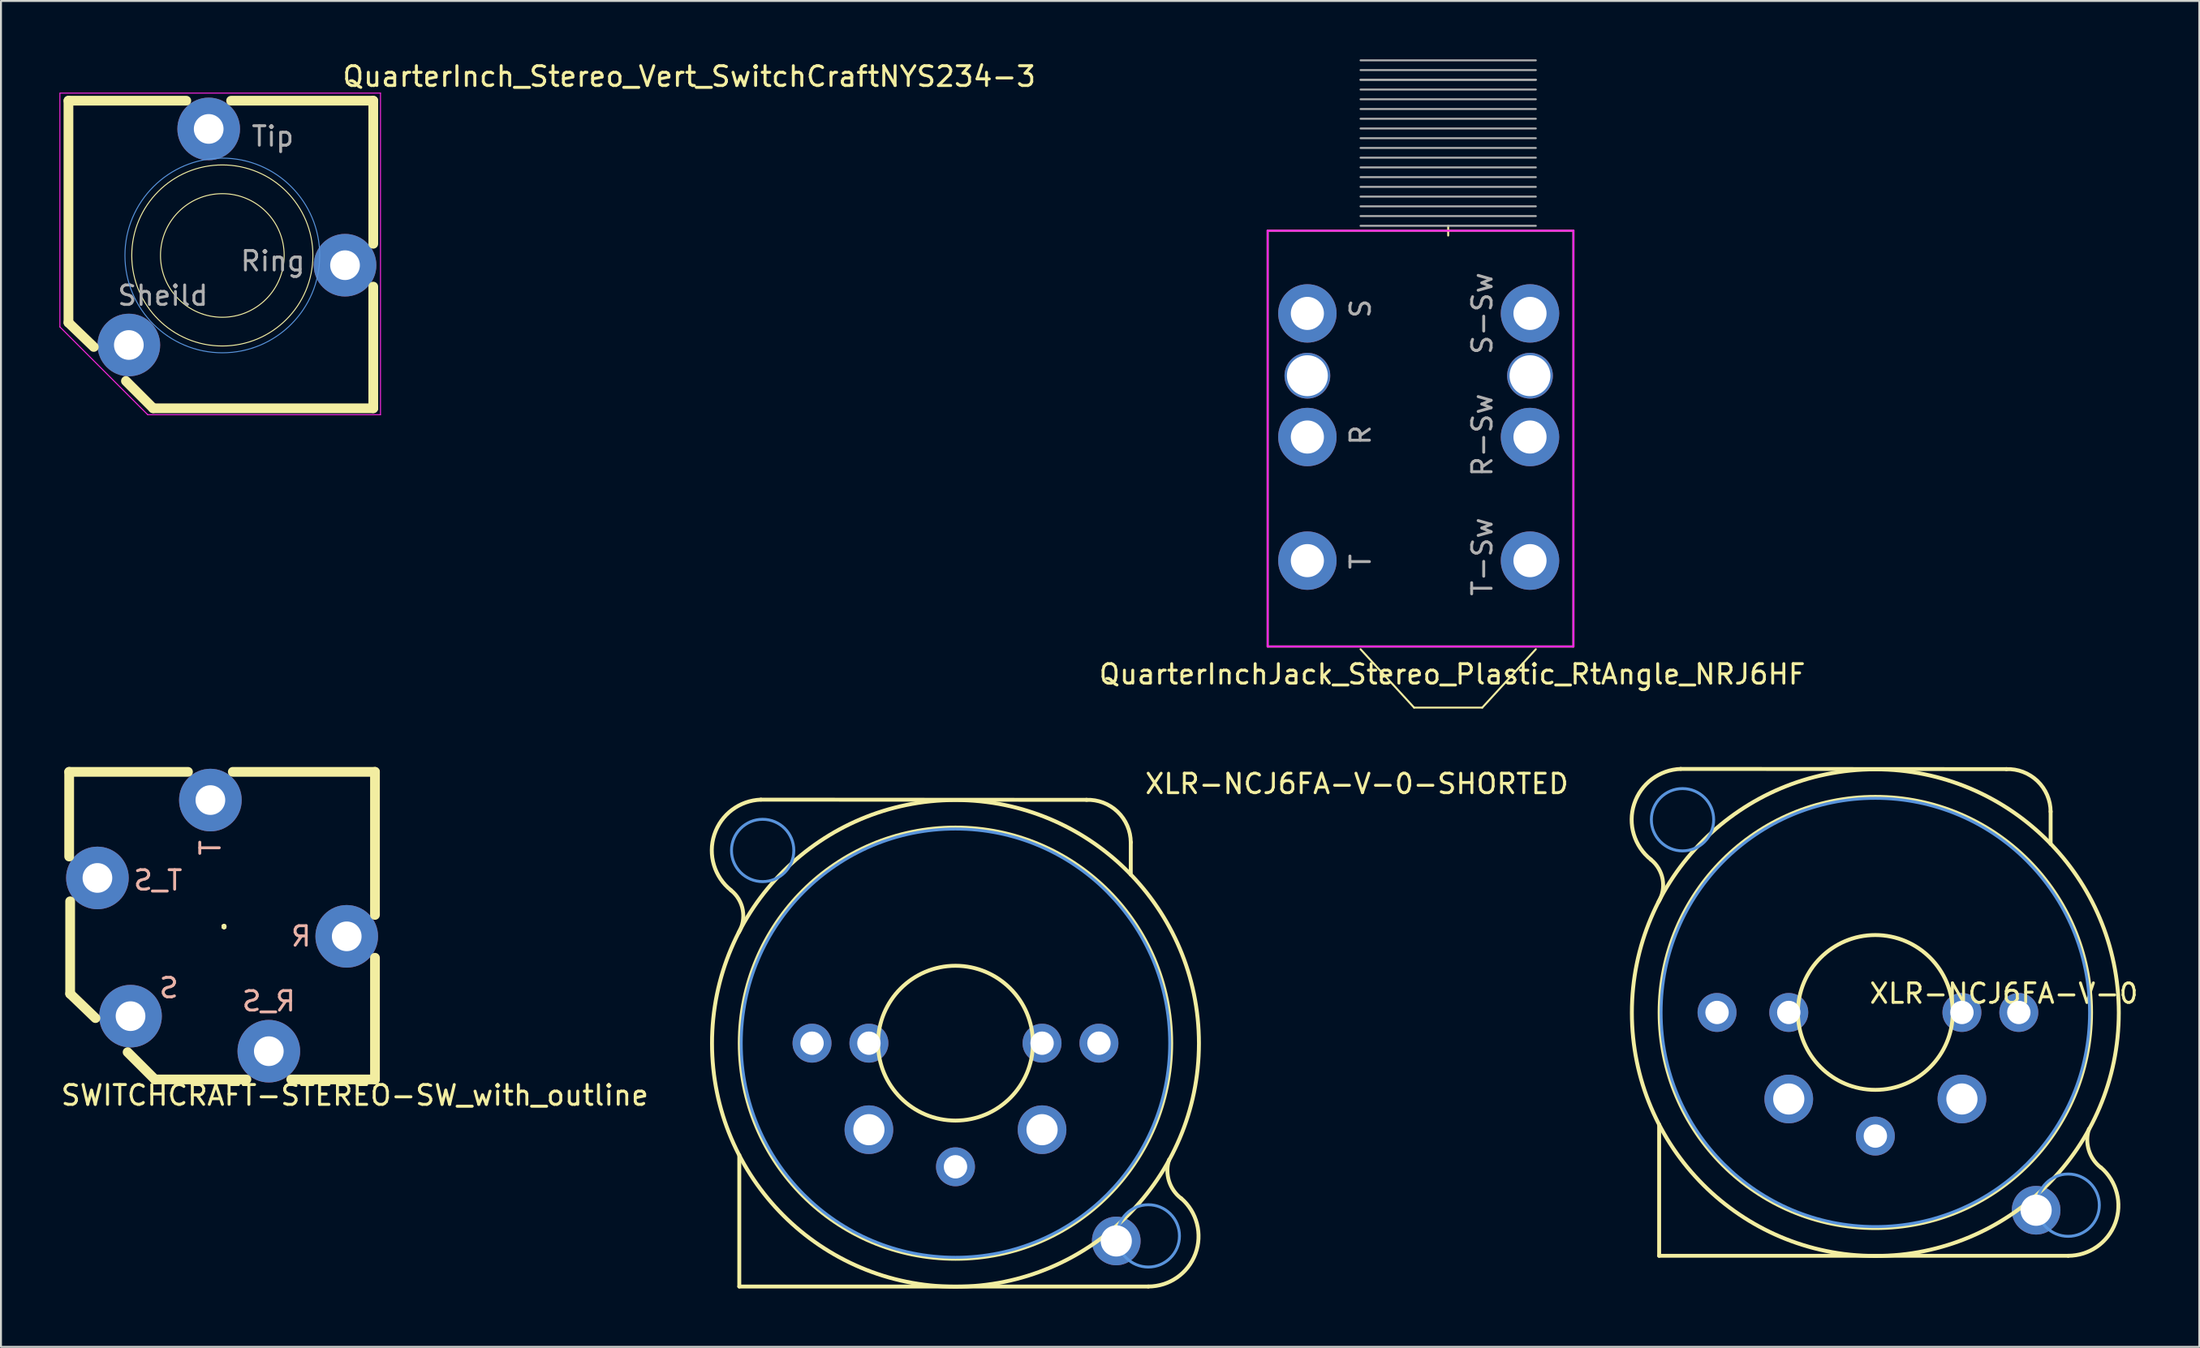
<source format=kicad_pcb>
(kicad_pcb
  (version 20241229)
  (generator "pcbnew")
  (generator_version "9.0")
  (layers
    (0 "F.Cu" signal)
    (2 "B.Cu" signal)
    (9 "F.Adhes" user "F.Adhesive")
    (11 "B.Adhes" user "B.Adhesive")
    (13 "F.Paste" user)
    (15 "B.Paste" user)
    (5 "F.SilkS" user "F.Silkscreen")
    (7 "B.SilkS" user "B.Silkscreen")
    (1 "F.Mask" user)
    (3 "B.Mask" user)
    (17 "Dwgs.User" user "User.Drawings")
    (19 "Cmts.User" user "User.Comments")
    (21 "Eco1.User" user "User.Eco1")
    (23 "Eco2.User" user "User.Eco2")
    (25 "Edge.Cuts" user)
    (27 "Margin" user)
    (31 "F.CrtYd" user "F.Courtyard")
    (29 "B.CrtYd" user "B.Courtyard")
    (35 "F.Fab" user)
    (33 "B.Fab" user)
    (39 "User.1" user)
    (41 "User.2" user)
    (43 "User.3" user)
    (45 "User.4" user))
  (footprint "QuarterInchJack_Stereo_Plastic_RtAngle_NRJ6HF"
    (layer "F.Cu")
    (at 71.303 8.8)
    (property "Reference" "QuarterInchJack_Stereo_Plastic_RtAngle_NRJ6HF" (at 0.21 22.787 0) (layer "F.SilkS") (effects (font (size 1 1) (thickness 0.15))))
    (attr through_hole)
    (fp_line (start -9.269 0) (end -9.269 21.36) (stroke (width 0.1) (type solid)) (layer "F.SilkS"))
    (fp_line (start -9.269 0) (end 6.431 0) (stroke (width 0.1) (type solid)) (layer "F.SilkS"))
    (fp_line (start -9.269 21.36) (end 6.431 21.36) (stroke (width 0.1) (type solid)) (layer "F.SilkS"))
    (fp_line (start -4.499 21.5) (end -1.749 24.5) (stroke (width 0.1) (type solid)) (layer "F.SilkS"))
    (fp_line (start 0.001 0.25) (end 0.001 -0.25) (stroke (width 0.1) (type solid)) (layer "F.SilkS"))
    (fp_line (start 1.751 24.5) (end -1.749 24.5) (stroke (width 0.1) (type solid)) (layer "F.SilkS"))
    (fp_line (start 4.501 21.5) (end 1.751 24.5) (stroke (width 0.1) (type solid)) (layer "F.SilkS"))
    (fp_line (start 6.431 0) (end 6.431 21.36) (stroke (width 0.1) (type solid)) (layer "F.SilkS"))
    (fp_line (start -9.269 0) (end -9.269 21.36) (stroke (width 0.1) (type solid)) (layer "F.CrtYd"))
    (fp_line (start -9.269 0) (end 6.431 0) (stroke (width 0.1) (type solid)) (layer "F.CrtYd"))
    (fp_line (start -9.269 21.36) (end 6.431 21.36) (stroke (width 0.1) (type solid)) (layer "F.CrtYd"))
    (fp_line (start 6.431 0) (end 6.431 21.36) (stroke (width 0.1) (type solid)) (layer "F.CrtYd"))
    (fp_line (start -4.499 -8.75) (end 4.501 -8.75) (stroke (width 0.1) (type solid)) (layer "F.Fab"))
    (fp_line (start -4.499 -8.25) (end 4.501 -8.25) (stroke (width 0.1) (type solid)) (layer "F.Fab"))
    (fp_line (start -4.499 -7.75) (end 4.501 -7.75) (stroke (width 0.1) (type solid)) (layer "F.Fab"))
    (fp_line (start -4.499 -7.75) (end 4.501 -7.75) (stroke (width 0.1) (type solid)) (layer "F.Fab"))
    (fp_line (start -4.499 -7.25) (end 4.501 -7.25) (stroke (width 0.1) (type solid)) (layer "F.Fab"))
    (fp_line (start -4.499 -6.75) (end 4.501 -6.75) (stroke (width 0.1) (type solid)) (layer "F.Fab"))
    (fp_line (start -4.499 -6.25) (end 4.501 -6.25) (stroke (width 0.1) (type solid)) (layer "F.Fab"))
    (fp_line (start -4.499 -5.75) (end 4.501 -5.75) (stroke (width 0.1) (type solid)) (layer "F.Fab"))
    (fp_line (start -4.499 -5.25) (end 4.501 -5.25) (stroke (width 0.1) (type solid)) (layer "F.Fab"))
    (fp_line (start -4.499 -4.75) (end 4.501 -4.75) (stroke (width 0.1) (type solid)) (layer "F.Fab"))
    (fp_line (start -4.499 -4.25) (end 4.501 -4.25) (stroke (width 0.1) (type solid)) (layer "F.Fab"))
    (fp_line (start -4.499 -3.75) (end 4.501 -3.75) (stroke (width 0.1) (type solid)) (layer "F.Fab"))
    (fp_line (start -4.499 -3.25) (end 4.501 -3.25) (stroke (width 0.1) (type solid)) (layer "F.Fab"))
    (fp_line (start -4.499 -2.75) (end 4.501 -2.75) (stroke (width 0.1) (type solid)) (layer "F.Fab"))
    (fp_line (start -4.499 -2.25) (end 4.501 -2.25) (stroke (width 0.1) (type solid)) (layer "F.Fab"))
    (fp_line (start -4.499 -1.75) (end 4.501 -1.75) (stroke (width 0.1) (type solid)) (layer "F.Fab"))
    (fp_line (start -4.499 -1.25) (end 4.501 -1.25) (stroke (width 0.1) (type solid)) (layer "F.Fab"))
    (fp_line (start -4.499 -0.75) (end 4.501 -0.75) (stroke (width 0.1) (type solid)) (layer "F.Fab"))
    (fp_line (start -4.499 -0.25) (end 4.501 -0.25) (stroke (width 0.1) (type solid)) (layer "F.Fab"))
    (fp_text user "S" (at -4.499 4 90) (layer "F.Fab") (effects (font (size 1 1) (thickness 0.15))))
    (fp_text user "R" (at -4.499 10.5 90) (layer "F.Fab") (effects (font (size 1 1) (thickness 0.15))))
    (fp_text user "T-Sw" (at 1.751 16.75 90) (layer "F.Fab") (effects (font (size 1 1) (thickness 0.15))))
    (fp_text user "R-Sw" (at 1.751 10.5 90) (layer "F.Fab") (effects (font (size 1 1) (thickness 0.15))))
    (fp_text user "S-Sw" (at 1.751 4.25 90) (layer "F.Fab") (effects (font (size 1 1) (thickness 0.15))))
    (fp_text user "T" (at -4.499 17 90) (layer "F.Fab") (effects (font (size 1 1) (thickness 0.15))))
    (pad "1" thru_hole circle (at -7.229 16.95 90) (size 3 3) (drill 1.7) (layers "*.Cu" "*.Mask"))
    (pad "2" thru_hole circle (at -7.229 10.6 90) (size 3 3) (drill 1.7) (layers "*.Cu" "*.Mask"))
    (pad "3" thru_hole circle (at -7.229 4.25 90) (size 3 3) (drill 1.7) (layers "*.Cu" "*.Mask"))
    (pad "4" thru_hole circle (at 4.201 16.95 90) (size 3 3) (drill 1.7) (layers "*.Cu" "*.Mask"))
    (pad "5" thru_hole circle (at 4.201 10.6 90) (size 3 3) (drill 1.7) (layers "*.Cu" "*.Mask"))
    (pad "6" thru_hole circle (at 4.201 4.25 90) (size 3 3) (drill 1.7) (layers "*.Cu" "*.Mask"))
    (pad "7" thru_hole circle (at -7.229 7.45 90) (size 2.35 2.35) (drill 2.1) (layers "*.Cu" "*.Mask"))
    (pad "8" thru_hole circle (at 4.201 7.45 90) (size 2.35 2.35) (drill 2.1) (layers "*.Cu" "*.Mask")))
  (footprint "XLR-NCJ6FA-V-0-SHORTED"
    (layer "F.Cu")
    (at 46.007 50.538)
    (property "Reference" "XLR-NCJ6FA-V-0-SHORTED" (at 9.652 -12.738 0) (layer "F.SilkS") (effects (font (size 1 1) (thickness 0.15)) (justify left bottom)))
    (attr through_hole)
    (fp_line (start -11.1 5.75) (end -11.1 12.5) (stroke (width 0.2) (type solid)) (layer "F.SilkS"))
    (fp_line (start -9.99 -12.51) (end 6.74 -12.5) (stroke (width 0.2) (type solid)) (layer "F.SilkS"))
    (fp_line (start 9 -10.33) (end 9 -8.66) (stroke (width 0.2) (type solid)) (layer "F.SilkS"))
    (fp_line (start 9.9 12.5) (end -11.1 12.5) (stroke (width 0.2) (type solid)) (layer "F.SilkS"))
    (fp_arc (start -11.519842 -7.849144) (mid -10.920494 -6.837256) (end -11.13 -5.68) (stroke (width 0.2) (type solid)) (layer "F.SilkS"))
    (fp_arc (start -11.519564 -7.85129) (mid -12.381239 -10.714649) (end -9.99 -12.51) (stroke (width 0.2) (type solid)) (layer "F.SilkS"))
    (fp_arc (start 6.720903 -12.50003) (mid 8.323828 -11.888266) (end 9 -10.31143) (stroke (width 0.2) (type solid)) (layer "F.SilkS"))
    (fp_arc (start 11.579631 7.969713) (mid 10.959933 7.071936) (end 10.969153 5.981091) (stroke (width 0.2) (type solid)) (layer "F.SilkS"))
    (fp_arc (start 11.582414 7.964013) (mid 12.318972 10.817205) (end 9.9 12.5) (stroke (width 0.2) (type solid)) (layer "F.SilkS"))
    (fp_arc (start 12.499984 0.02) (mid -12.499996 -0.01) (end 12.5 0) (stroke (width 0.2) (type solid)) (layer "F.SilkS"))
    (fp_circle (center 0 0) (end 3.976 0) (stroke (width 0.2) (type solid)) (fill no) (layer "F.SilkS"))
    (fp_circle (center 0 0) (end 11.075 0) (stroke (width 0.2) (type solid)) (fill no) (layer "F.SilkS"))
    (fp_circle (center -9.9 -9.9) (end -8.3 -9.9) (stroke (width 0.15) (type solid)) (fill no) (layer "Cmts.User"))
    (fp_circle (center 0 0) (end 11 0) (stroke (width 0.15) (type solid)) (fill no) (layer "Cmts.User"))
    (fp_circle (center 9.9 9.9) (end 11.5 9.9) (stroke (width 0.15) (type solid)) (fill no) (layer "Cmts.User"))
    (pad "1" thru_hole circle (at 4.445 0 270) (size 2 2) (drill 1.2) (layers "*.Cu" "*.Mask"))
    (pad "1" thru_hole circle (at 7.366 0 270) (size 2 2) (drill 1.2) (layers "*.Cu" "*.Mask"))
    (pad "2" thru_hole circle (at -7.366 0 270) (size 2 2) (drill 1.2) (layers "*.Cu" "*.Mask"))
    (pad "2" thru_hole circle (at -4.445 4.445 270) (size 2.5 2.5) (drill 1.6) (layers "*.Cu" "*.Mask"))
    (pad "2" thru_hole circle (at 4.445 4.445 270) (size 2.5 2.5) (drill 1.6) (layers "*.Cu" "*.Mask"))
    (pad "3" thru_hole circle (at -4.445 0 270) (size 2 2) (drill 1.2) (layers "*.Cu" "*.Mask"))
    (pad "3" thru_hole circle (at 0 6.35 270) (size 2 2) (drill 1.2) (layers "*.Cu" "*.Mask"))
    (pad "4" thru_hole circle (at 8.255 10.16 270) (size 2.5 2.5) (drill 1.6) (layers "*.Cu" "*.Mask")))
  (footprint "XLR-NCJ6FA-V-0"
    (layer "F.Cu")
    (at 93.235 48.96)
    (property "Reference" "XLR-NCJ6FA-V-0" (at -0.38 -0.39 0) (layer "F.SilkS") (effects (font (size 1 1) (thickness 0.15)) (justify left bottom)))
    (attr through_hole)
    (fp_line (start -11.1 5.75) (end -11.1 12.5) (stroke (width 0.2) (type solid)) (layer "F.SilkS"))
    (fp_line (start -9.99 -12.51) (end 6.74 -12.5) (stroke (width 0.2) (type solid)) (layer "F.SilkS"))
    (fp_line (start 9 -10.33) (end 9 -8.66) (stroke (width 0.2) (type solid)) (layer "F.SilkS"))
    (fp_line (start 9.9 12.5) (end -11.1 12.5) (stroke (width 0.2) (type solid)) (layer "F.SilkS"))
    (fp_arc (start -11.519842 -7.849144) (mid -10.920494 -6.837256) (end -11.13 -5.68) (stroke (width 0.2) (type solid)) (layer "F.SilkS"))
    (fp_arc (start -11.519564 -7.85129) (mid -12.381239 -10.714649) (end -9.99 -12.51) (stroke (width 0.2) (type solid)) (layer "F.SilkS"))
    (fp_arc (start 6.720903 -12.50003) (mid 8.323828 -11.888266) (end 9 -10.31143) (stroke (width 0.2) (type solid)) (layer "F.SilkS"))
    (fp_arc (start 11.579631 7.969713) (mid 10.959933 7.071936) (end 10.969153 5.981091) (stroke (width 0.2) (type solid)) (layer "F.SilkS"))
    (fp_arc (start 11.582414 7.964013) (mid 12.318972 10.817205) (end 9.9 12.5) (stroke (width 0.2) (type solid)) (layer "F.SilkS"))
    (fp_arc (start 12.499984 0.02) (mid -12.499996 -0.01) (end 12.5 0) (stroke (width 0.2) (type solid)) (layer "F.SilkS"))
    (fp_circle (center 0 0) (end 3.976 0) (stroke (width 0.2) (type solid)) (fill no) (layer "F.SilkS"))
    (fp_circle (center 0 0) (end 11.075 0) (stroke (width 0.2) (type solid)) (fill no) (layer "F.SilkS"))
    (fp_circle (center -9.9 -9.9) (end -8.3 -9.9) (stroke (width 0.15) (type solid)) (fill no) (layer "Cmts.User"))
    (fp_circle (center 0 0) (end 11 0) (stroke (width 0.15) (type solid)) (fill no) (layer "Cmts.User"))
    (fp_circle (center 9.9 9.9) (end 11.5 9.9) (stroke (width 0.15) (type solid)) (fill no) (layer "Cmts.User"))
    (pad "1" thru_hole circle (at 4.445 0 270) (size 2 2) (drill 1.2) (layers "*.Cu" "*.Mask"))
    (pad "1" thru_hole circle (at 7.366 0 270) (size 2 2) (drill 1.2) (layers "*.Cu" "*.Mask"))
    (pad "2" thru_hole circle (at -8.128 0 270) (size 2 2) (drill 1.2) (layers "*.Cu" "*.Mask"))
    (pad "2" thru_hole circle (at -4.445 0 270) (size 2 2) (drill 1.2) (layers "*.Cu" "*.Mask"))
    (pad "3" thru_hole circle (at -4.445 4.445 270) (size 2.5 2.5) (drill 1.6) (layers "*.Cu" "*.Mask"))
    (pad "3" thru_hole circle (at 0 6.35 270) (size 2 2) (drill 1.2) (layers "*.Cu" "*.Mask"))
    (pad "3" thru_hole circle (at 4.445 4.445 270) (size 2.5 2.5) (drill 1.6) (layers "*.Cu" "*.Mask"))
    (pad "4" thru_hole circle (at 8.255 10.16 270) (size 2.5 2.5) (drill 1.6) (layers "*.Cu" "*.Mask")))
  (footprint "SWITCHCRAFT-STEREO-SW_with_outline"
    (layer "F.Cu")
    (at 8.452 44.55)
    (property "Reference" "SWITCHCRAFT-STEREO-SW_with_outline" (at -8.452 9.262 0) (layer "F.SilkS") (effects (font (size 1.016 1.016) (thickness 0.152)) (justify left bottom)))
    (attr through_hole)
    (fp_line (start -7.95 -7.95) (end -1.85 -7.95) (stroke (width 0.5) (type solid)) (layer "F.SilkS"))
    (fp_line (start -7.95 -3.6) (end -7.95 -7.95) (stroke (width 0.5) (type solid)) (layer "F.SilkS"))
    (fp_line (start -7.9 3.45) (end -7.9 -1.3) (stroke (width 0.5) (type solid)) (layer "F.SilkS"))
    (fp_line (start -6.6 4.7) (end -7.9 3.45) (stroke (width 0.5) (type solid)) (layer "F.SilkS"))
    (fp_line (start -3.55 7.85) (end -4.95 6.45) (stroke (width 0.5) (type solid)) (layer "F.SilkS"))
    (fp_line (start 0 0) (end 0 0) (stroke (width 0.127) (type solid)) (layer "F.SilkS"))
    (fp_line (start 0 0) (end 0 0) (stroke (width 0.127) (type solid)) (layer "F.SilkS"))
    (fp_line (start 0 0) (end 0 0) (stroke (width 0.127) (type solid)) (layer "F.SilkS"))
    (fp_line (start 0 0) (end 0 0) (stroke (width 0.127) (type solid)) (layer "F.SilkS"))
    (fp_line (start 0 0) (end 0 0) (stroke (width 0.127) (type solid)) (layer "F.SilkS"))
    (fp_line (start 0 0) (end 0 0) (stroke (width 0.127) (type solid)) (layer "F.SilkS"))
    (fp_line (start 0 0) (end 0 0) (stroke (width 0.127) (type solid)) (layer "F.SilkS"))
    (fp_line (start 0 0) (end 0 0) (stroke (width 0.127) (type solid)) (layer "F.SilkS"))
    (fp_line (start 0 0) (end 0 0) (stroke (width 0.127) (type solid)) (layer "F.SilkS"))
    (fp_line (start 0 0) (end 0 0) (stroke (width 0.127) (type solid)) (layer "F.SilkS"))
    (fp_line (start 0 0) (end 0 0) (stroke (width 0.127) (type solid)) (layer "F.SilkS"))
    (fp_line (start 0 0) (end 0 0) (stroke (width 0.127) (type solid)) (layer "F.SilkS"))
    (fp_line (start 0.45 -7.95) (end 7.75 -7.95) (stroke (width 0.5) (type solid)) (layer "F.SilkS"))
    (fp_line (start 1.15 7.85) (end -3.55 7.85) (stroke (width 0.5) (type solid)) (layer "F.SilkS"))
    (fp_line (start 7.75 -7.95) (end 7.75 -0.6) (stroke (width 0.5) (type solid)) (layer "F.SilkS"))
    (fp_line (start 7.75 1.6) (end 7.75 7.85) (stroke (width 0.5) (type solid)) (layer "F.SilkS"))
    (fp_line (start 7.75 7.85) (end 3.45 7.85) (stroke (width 0.5) (type solid)) (layer "F.SilkS"))
    (fp_arc (start 0 0) (mid 0 0) (end 0 0) (stroke (width 0.127) (type solid)) (layer "F.SilkS"))
    (fp_arc (start 0 0) (mid 0 0) (end 0 0) (stroke (width 0.127) (type solid)) (layer "F.SilkS"))
    (fp_arc (start 0 0) (mid 0 0) (end 0 0) (stroke (width 0.127) (type solid)) (layer "F.SilkS"))
    (fp_arc (start 0 0) (mid 0 0) (end 0 0) (stroke (width 0.127) (type solid)) (layer "F.SilkS"))
    (fp_arc (start 0 0) (mid 0 0) (end 0 0) (stroke (width 0.127) (type solid)) (layer "F.SilkS"))
    (fp_circle (center 0 0) (end 0 0) (stroke (width 0.127) (type solid)) (fill no) (layer "F.SilkS"))
    (fp_circle (center 0 0) (end 0 0) (stroke (width 0.127) (type solid)) (fill no) (layer "F.SilkS"))
    (fp_text user "R_S" (at 2.298 3.832 0) (layer "B.SilkS") (effects (font (size 1 1) (thickness 0.15)) (justify mirror)))
    (fp_text user "T" (at -0.7 -4.05 90) (layer "B.SilkS") (effects (font (size 1 1) (thickness 0.15)) (justify mirror)))
    (fp_text user "S" (at -2.832 3.152 0) (layer "B.SilkS") (effects (font (size 1 1) (thickness 0.15)) (justify mirror)))
    (fp_text user "T_S" (at -3.392 -2.378 0) (layer "B.SilkS") (effects (font (size 1 1) (thickness 0.15)) (justify mirror)))
    (fp_text user "R" (at 3.958 0.5 0) (layer "B.SilkS") (effects (font (size 1 1) (thickness 0.15)) (justify mirror)))
    (pad "1" thru_hole circle (at -4.8 4.6 270) (size 3.216 3.216) (drill 1.524) (layers "*.Cu" "*.Mask"))
    (pad "2" thru_hole circle (at -0.7 -6.5 270) (size 3.216 3.216) (drill 1.524) (layers "*.Cu" "*.Mask"))
    (pad "3" thru_hole circle (at 6.3 0.5 270) (size 3.216 3.216) (drill 1.524) (layers "*.Cu" "*.Mask"))
    (pad "R3" thru_hole circle (at 2.3 6.4 270) (size 3.216 3.216) (drill 1.524) (layers "*.Cu" "*.Mask"))
    (pad "T2" thru_hole circle (at -6.5 -2.5 270) (size 3.216 3.216) (drill 1.524) (layers "*.Cu" "*.Mask")))
  (footprint "QuarterInch_Stereo_Vert_SwitchCraftNYS234-3"
    (layer "F.Cu")
    (at 8.365 10.073)
    (property "Reference" "QuarterInch_Stereo_Vert_SwitchCraftNYS234-3" (at 6.09 -8.6 0) (layer "F.SilkS") (effects (font (size 1.016 1.016) (thickness 0.152)) (justify left bottom)))
    (attr through_hole)
    (fp_line (start -7.9 -7.95) (end -1.85 -7.95) (stroke (width 0.5) (type solid)) (layer "F.SilkS"))
    (fp_line (start -7.9 3.45) (end -7.9 -7.95) (stroke (width 0.5) (type solid)) (layer "F.SilkS"))
    (fp_line (start -6.6 4.7) (end -7.9 3.45) (stroke (width 0.5) (type solid)) (layer "F.SilkS"))
    (fp_line (start -3.55 7.85) (end -4.95 6.45) (stroke (width 0.5) (type solid)) (layer "F.SilkS"))
    (fp_line (start 0.45 -7.95) (end 7.75 -7.95) (stroke (width 0.5) (type solid)) (layer "F.SilkS"))
    (fp_line (start 7.75 -7.95) (end 7.75 -0.6) (stroke (width 0.5) (type solid)) (layer "F.SilkS"))
    (fp_line (start 7.75 1.6) (end 7.75 7.85) (stroke (width 0.5) (type solid)) (layer "F.SilkS"))
    (fp_line (start 7.75 7.85) (end -3.55 7.85) (stroke (width 0.5) (type solid)) (layer "F.SilkS"))
    (fp_circle (center 0 0) (end -4.65 0) (stroke (width 0.05) (type solid)) (fill no) (layer "F.SilkS"))
    (fp_circle (center 0 0) (end -3.175 0) (stroke (width 0.05) (type solid)) (fill no) (layer "F.SilkS"))
    (fp_circle (center 0 0) (end 0 -5) (stroke (width 0.05) (type solid)) (fill no) (layer "Cmts.User"))
    (fp_line (start -8.34 -8.34) (end 8.12 -8.34) (stroke (width 0.05) (type solid)) (layer "F.CrtYd"))
    (fp_line (start -8.34 3.67) (end -8.34 -8.32) (stroke (width 0.05) (type solid)) (layer "F.CrtYd"))
    (fp_line (start -3.83 8.18) (end -8.34 3.67) (stroke (width 0.05) (type solid)) (layer "F.CrtYd"))
    (fp_line (start 8.12 -8.34) (end 8.12 8.18) (stroke (width 0.05) (type solid)) (layer "F.CrtYd"))
    (fp_line (start 8.12 8.18) (end -3.83 8.18) (stroke (width 0.05) (type solid)) (layer "F.CrtYd"))
    (fp_text user "Ring" (at 0.85 0.29 0) (layer "F.Fab") (effects (font (size 1 1) (thickness 0.15)) (justify left)))
    (fp_text user "Tip" (at 1.42 -6.12 180) (layer "F.Fab") (effects (font (size 1 1) (thickness 0.15)) (justify left)))
    (fp_text user "Sheild" (at -5.46 2.06 0) (layer "F.Fab") (effects (font (size 1 1) (thickness 0.15)) (justify left)))
    (pad "1" thru_hole circle (at -4.8 4.6 270) (size 3.216 3.216) (drill 1.524) (layers "*.Cu" "*.Mask"))
    (pad "2" thru_hole circle (at -0.7 -6.5 270) (size 3.216 3.216) (drill 1.524) (layers "*.Cu" "*.Mask"))
    (pad "3" thru_hole circle (at 6.3 0.5 270) (size 3.216 3.216) (drill 1.524) (layers "*.Cu" "*.Mask")))
  (gr_rect
    (start -3 -3)
    (end 109.867 66.138)
    (stroke (width 0.1) (type default))
    (fill no)
    (layer "Edge.Cuts")))
</source>
